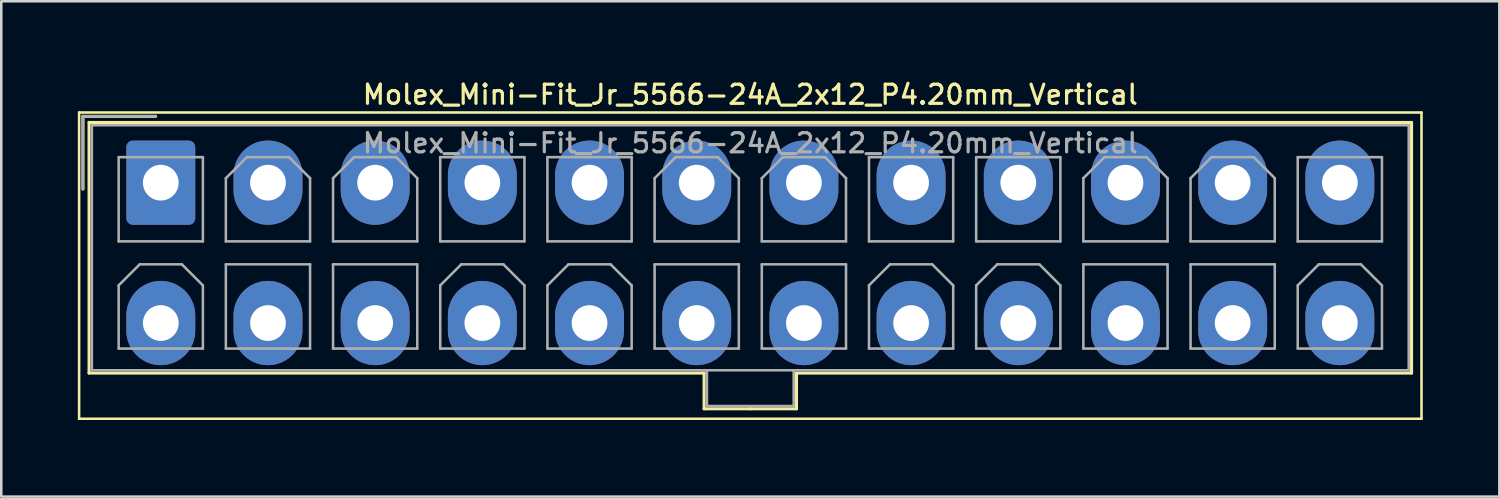
<source format=kicad_pcb>
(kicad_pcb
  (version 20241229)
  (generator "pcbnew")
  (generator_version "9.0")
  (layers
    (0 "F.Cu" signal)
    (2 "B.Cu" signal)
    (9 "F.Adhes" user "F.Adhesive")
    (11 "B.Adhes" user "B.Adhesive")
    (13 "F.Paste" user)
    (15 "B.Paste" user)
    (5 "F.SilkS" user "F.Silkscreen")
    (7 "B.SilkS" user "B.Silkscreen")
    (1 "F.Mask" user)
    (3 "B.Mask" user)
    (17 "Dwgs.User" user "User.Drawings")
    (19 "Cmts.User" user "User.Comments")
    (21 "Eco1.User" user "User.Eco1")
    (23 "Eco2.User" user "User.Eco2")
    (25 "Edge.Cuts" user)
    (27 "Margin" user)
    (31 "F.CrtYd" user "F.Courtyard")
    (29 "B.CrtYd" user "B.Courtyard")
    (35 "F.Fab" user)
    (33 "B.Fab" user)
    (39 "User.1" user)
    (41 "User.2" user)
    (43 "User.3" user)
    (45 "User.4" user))
  (footprint "Molex_Mini-Fit_Jr_5566-24A_2x12_P4.20mm_Vertical"
    (layer "F.Cu")
    (at 3.25 4.108)
    (property "Reference" "Molex_Mini-Fit_Jr_5566-24A_2x12_P4.20mm_Vertical" (at 23.1 -3.45 0) (layer "F.SilkS") (effects (font (size 0.75 0.75) (thickness 0.125))))
    (attr through_hole)
    (fp_line (start -3.2 -2.75) (end -3.2 9.25) (stroke (width 0.1) (type solid)) (layer "F.SilkS"))
    (fp_line (start -3.2 9.25) (end 49.4 9.25) (stroke (width 0.1) (type solid)) (layer "F.SilkS"))
    (fp_line (start -3.05 -2.6) (end -3.05 0.25) (stroke (width 0.12) (type solid)) (layer "F.SilkS"))
    (fp_line (start -2.81 -2.36) (end -2.81 7.46) (stroke (width 0.12) (type solid)) (layer "F.SilkS"))
    (fp_line (start -2.81 7.46) (end 21.29 7.46) (stroke (width 0.12) (type solid)) (layer "F.SilkS"))
    (fp_line (start -0.2 -2.6) (end -3.05 -2.6) (stroke (width 0.12) (type solid)) (layer "F.SilkS"))
    (fp_line (start 21.29 7.46) (end 21.29 8.86) (stroke (width 0.12) (type solid)) (layer "F.SilkS"))
    (fp_line (start 21.29 8.86) (end 23.1 8.86) (stroke (width 0.12) (type solid)) (layer "F.SilkS"))
    (fp_line (start 23.1 -2.36) (end -2.81 -2.36) (stroke (width 0.12) (type solid)) (layer "F.SilkS"))
    (fp_line (start 23.1 -2.36) (end 49.01 -2.36) (stroke (width 0.12) (type solid)) (layer "F.SilkS"))
    (fp_line (start 24.91 7.46) (end 24.91 8.86) (stroke (width 0.12) (type solid)) (layer "F.SilkS"))
    (fp_line (start 24.91 8.86) (end 23.1 8.86) (stroke (width 0.12) (type solid)) (layer "F.SilkS"))
    (fp_line (start 49.01 -2.36) (end 49.01 7.46) (stroke (width 0.12) (type solid)) (layer "F.SilkS"))
    (fp_line (start 49.01 7.46) (end 24.91 7.46) (stroke (width 0.12) (type solid)) (layer "F.SilkS"))
    (fp_line (start 49.4 -2.75) (end -3.2 -2.75) (stroke (width 0.1) (type solid)) (layer "F.SilkS"))
    (fp_line (start 49.4 9.25) (end 49.4 -2.75) (stroke (width 0.1) (type solid)) (layer "F.SilkS"))
    (fp_line (start -3.05 -2.6) (end -3.05 0.25) (stroke (width 0.1) (type solid)) (layer "F.Fab"))
    (fp_line (start -2.7 -2.25) (end -2.7 7.35) (stroke (width 0.1) (type solid)) (layer "F.Fab"))
    (fp_line (start -2.7 7.35) (end 48.9 7.35) (stroke (width 0.1) (type solid)) (layer "F.Fab"))
    (fp_line (start -1.65 -1) (end -1.65 2.3) (stroke (width 0.1) (type solid)) (layer "F.Fab"))
    (fp_line (start -1.65 2.3) (end 1.65 2.3) (stroke (width 0.1) (type solid)) (layer "F.Fab"))
    (fp_line (start -1.65 4.025) (end -0.825 3.2) (stroke (width 0.1) (type solid)) (layer "F.Fab"))
    (fp_line (start -1.65 6.5) (end -1.65 4.025) (stroke (width 0.1) (type solid)) (layer "F.Fab"))
    (fp_line (start -0.825 3.2) (end 0.825 3.2) (stroke (width 0.1) (type solid)) (layer "F.Fab"))
    (fp_line (start -0.2 -2.6) (end -3.05 -2.6) (stroke (width 0.1) (type solid)) (layer "F.Fab"))
    (fp_line (start 0.825 3.2) (end 1.65 4.025) (stroke (width 0.1) (type solid)) (layer "F.Fab"))
    (fp_line (start 1.65 -1) (end -1.65 -1) (stroke (width 0.1) (type solid)) (layer "F.Fab"))
    (fp_line (start 1.65 2.3) (end 1.65 -1) (stroke (width 0.1) (type solid)) (layer "F.Fab"))
    (fp_line (start 1.65 4.025) (end 1.65 6.5) (stroke (width 0.1) (type solid)) (layer "F.Fab"))
    (fp_line (start 1.65 6.5) (end -1.65 6.5) (stroke (width 0.1) (type solid)) (layer "F.Fab"))
    (fp_line (start 2.55 -0.175) (end 3.375 -1) (stroke (width 0.1) (type solid)) (layer "F.Fab"))
    (fp_line (start 2.55 2.3) (end 2.55 -0.175) (stroke (width 0.1) (type solid)) (layer "F.Fab"))
    (fp_line (start 2.55 3.2) (end 2.55 6.5) (stroke (width 0.1) (type solid)) (layer "F.Fab"))
    (fp_line (start 2.55 6.5) (end 5.85 6.5) (stroke (width 0.1) (type solid)) (layer "F.Fab"))
    (fp_line (start 3.375 -1) (end 5.025 -1) (stroke (width 0.1) (type solid)) (layer "F.Fab"))
    (fp_line (start 5.025 -1) (end 5.85 -0.175) (stroke (width 0.1) (type solid)) (layer "F.Fab"))
    (fp_line (start 5.85 -0.175) (end 5.85 2.3) (stroke (width 0.1) (type solid)) (layer "F.Fab"))
    (fp_line (start 5.85 2.3) (end 2.55 2.3) (stroke (width 0.1) (type solid)) (layer "F.Fab"))
    (fp_line (start 5.85 3.2) (end 2.55 3.2) (stroke (width 0.1) (type solid)) (layer "F.Fab"))
    (fp_line (start 5.85 6.5) (end 5.85 3.2) (stroke (width 0.1) (type solid)) (layer "F.Fab"))
    (fp_line (start 6.75 -0.175) (end 7.575 -1) (stroke (width 0.1) (type solid)) (layer "F.Fab"))
    (fp_line (start 6.75 2.3) (end 6.75 -0.175) (stroke (width 0.1) (type solid)) (layer "F.Fab"))
    (fp_line (start 6.75 3.2) (end 6.75 6.5) (stroke (width 0.1) (type solid)) (layer "F.Fab"))
    (fp_line (start 6.75 6.5) (end 10.05 6.5) (stroke (width 0.1) (type solid)) (layer "F.Fab"))
    (fp_line (start 7.575 -1) (end 9.225 -1) (stroke (width 0.1) (type solid)) (layer "F.Fab"))
    (fp_line (start 9.225 -1) (end 10.05 -0.175) (stroke (width 0.1) (type solid)) (layer "F.Fab"))
    (fp_line (start 10.05 -0.175) (end 10.05 2.3) (stroke (width 0.1) (type solid)) (layer "F.Fab"))
    (fp_line (start 10.05 2.3) (end 6.75 2.3) (stroke (width 0.1) (type solid)) (layer "F.Fab"))
    (fp_line (start 10.05 3.2) (end 6.75 3.2) (stroke (width 0.1) (type solid)) (layer "F.Fab"))
    (fp_line (start 10.05 6.5) (end 10.05 3.2) (stroke (width 0.1) (type solid)) (layer "F.Fab"))
    (fp_line (start 10.95 -1) (end 10.95 2.3) (stroke (width 0.1) (type solid)) (layer "F.Fab"))
    (fp_line (start 10.95 2.3) (end 14.25 2.3) (stroke (width 0.1) (type solid)) (layer "F.Fab"))
    (fp_line (start 10.95 4.025) (end 11.775 3.2) (stroke (width 0.1) (type solid)) (layer "F.Fab"))
    (fp_line (start 10.95 6.5) (end 10.95 4.025) (stroke (width 0.1) (type solid)) (layer "F.Fab"))
    (fp_line (start 11.775 3.2) (end 13.425 3.2) (stroke (width 0.1) (type solid)) (layer "F.Fab"))
    (fp_line (start 13.425 3.2) (end 14.25 4.025) (stroke (width 0.1) (type solid)) (layer "F.Fab"))
    (fp_line (start 14.25 -1) (end 10.95 -1) (stroke (width 0.1) (type solid)) (layer "F.Fab"))
    (fp_line (start 14.25 2.3) (end 14.25 -1) (stroke (width 0.1) (type solid)) (layer "F.Fab"))
    (fp_line (start 14.25 4.025) (end 14.25 6.5) (stroke (width 0.1) (type solid)) (layer "F.Fab"))
    (fp_line (start 14.25 6.5) (end 10.95 6.5) (stroke (width 0.1) (type solid)) (layer "F.Fab"))
    (fp_line (start 15.15 -1) (end 15.15 2.3) (stroke (width 0.1) (type solid)) (layer "F.Fab"))
    (fp_line (start 15.15 2.3) (end 18.45 2.3) (stroke (width 0.1) (type solid)) (layer "F.Fab"))
    (fp_line (start 15.15 4.025) (end 15.975 3.2) (stroke (width 0.1) (type solid)) (layer "F.Fab"))
    (fp_line (start 15.15 6.5) (end 15.15 4.025) (stroke (width 0.1) (type solid)) (layer "F.Fab"))
    (fp_line (start 15.975 3.2) (end 17.625 3.2) (stroke (width 0.1) (type solid)) (layer "F.Fab"))
    (fp_line (start 17.625 3.2) (end 18.45 4.025) (stroke (width 0.1) (type solid)) (layer "F.Fab"))
    (fp_line (start 18.45 -1) (end 15.15 -1) (stroke (width 0.1) (type solid)) (layer "F.Fab"))
    (fp_line (start 18.45 2.3) (end 18.45 -1) (stroke (width 0.1) (type solid)) (layer "F.Fab"))
    (fp_line (start 18.45 4.025) (end 18.45 6.5) (stroke (width 0.1) (type solid)) (layer "F.Fab"))
    (fp_line (start 18.45 6.5) (end 15.15 6.5) (stroke (width 0.1) (type solid)) (layer "F.Fab"))
    (fp_line (start 19.35 -0.175) (end 20.175 -1) (stroke (width 0.1) (type solid)) (layer "F.Fab"))
    (fp_line (start 19.35 2.3) (end 19.35 -0.175) (stroke (width 0.1) (type solid)) (layer "F.Fab"))
    (fp_line (start 19.35 3.2) (end 19.35 6.5) (stroke (width 0.1) (type solid)) (layer "F.Fab"))
    (fp_line (start 19.35 6.5) (end 22.65 6.5) (stroke (width 0.1) (type solid)) (layer "F.Fab"))
    (fp_line (start 20.175 -1) (end 21.825 -1) (stroke (width 0.1) (type solid)) (layer "F.Fab"))
    (fp_line (start 21.4 7.35) (end 21.4 8.75) (stroke (width 0.1) (type solid)) (layer "F.Fab"))
    (fp_line (start 21.4 8.75) (end 24.8 8.75) (stroke (width 0.1) (type solid)) (layer "F.Fab"))
    (fp_line (start 21.825 -1) (end 22.65 -0.175) (stroke (width 0.1) (type solid)) (layer "F.Fab"))
    (fp_line (start 22.65 -0.175) (end 22.65 2.3) (stroke (width 0.1) (type solid)) (layer "F.Fab"))
    (fp_line (start 22.65 2.3) (end 19.35 2.3) (stroke (width 0.1) (type solid)) (layer "F.Fab"))
    (fp_line (start 22.65 3.2) (end 19.35 3.2) (stroke (width 0.1) (type solid)) (layer "F.Fab"))
    (fp_line (start 22.65 6.5) (end 22.65 3.2) (stroke (width 0.1) (type solid)) (layer "F.Fab"))
    (fp_line (start 23.55 -0.175) (end 24.375 -1) (stroke (width 0.1) (type solid)) (layer "F.Fab"))
    (fp_line (start 23.55 2.3) (end 23.55 -0.175) (stroke (width 0.1) (type solid)) (layer "F.Fab"))
    (fp_line (start 23.55 3.2) (end 23.55 6.5) (stroke (width 0.1) (type solid)) (layer "F.Fab"))
    (fp_line (start 23.55 6.5) (end 26.85 6.5) (stroke (width 0.1) (type solid)) (layer "F.Fab"))
    (fp_line (start 24.375 -1) (end 26.025 -1) (stroke (width 0.1) (type solid)) (layer "F.Fab"))
    (fp_line (start 24.8 8.75) (end 24.8 7.35) (stroke (width 0.1) (type solid)) (layer "F.Fab"))
    (fp_line (start 26.025 -1) (end 26.85 -0.175) (stroke (width 0.1) (type solid)) (layer "F.Fab"))
    (fp_line (start 26.85 -0.175) (end 26.85 2.3) (stroke (width 0.1) (type solid)) (layer "F.Fab"))
    (fp_line (start 26.85 2.3) (end 23.55 2.3) (stroke (width 0.1) (type solid)) (layer "F.Fab"))
    (fp_line (start 26.85 3.2) (end 23.55 3.2) (stroke (width 0.1) (type solid)) (layer "F.Fab"))
    (fp_line (start 26.85 6.5) (end 26.85 3.2) (stroke (width 0.1) (type solid)) (layer "F.Fab"))
    (fp_line (start 27.75 -1) (end 27.75 2.3) (stroke (width 0.1) (type solid)) (layer "F.Fab"))
    (fp_line (start 27.75 2.3) (end 31.05 2.3) (stroke (width 0.1) (type solid)) (layer "F.Fab"))
    (fp_line (start 27.75 4.025) (end 28.575 3.2) (stroke (width 0.1) (type solid)) (layer "F.Fab"))
    (fp_line (start 27.75 6.5) (end 27.75 4.025) (stroke (width 0.1) (type solid)) (layer "F.Fab"))
    (fp_line (start 28.575 3.2) (end 30.225 3.2) (stroke (width 0.1) (type solid)) (layer "F.Fab"))
    (fp_line (start 30.225 3.2) (end 31.05 4.025) (stroke (width 0.1) (type solid)) (layer "F.Fab"))
    (fp_line (start 31.05 -1) (end 27.75 -1) (stroke (width 0.1) (type solid)) (layer "F.Fab"))
    (fp_line (start 31.05 2.3) (end 31.05 -1) (stroke (width 0.1) (type solid)) (layer "F.Fab"))
    (fp_line (start 31.05 4.025) (end 31.05 6.5) (stroke (width 0.1) (type solid)) (layer "F.Fab"))
    (fp_line (start 31.05 6.5) (end 27.75 6.5) (stroke (width 0.1) (type solid)) (layer "F.Fab"))
    (fp_line (start 31.95 -1) (end 31.95 2.3) (stroke (width 0.1) (type solid)) (layer "F.Fab"))
    (fp_line (start 31.95 2.3) (end 35.25 2.3) (stroke (width 0.1) (type solid)) (layer "F.Fab"))
    (fp_line (start 31.95 4.025) (end 32.775 3.2) (stroke (width 0.1) (type solid)) (layer "F.Fab"))
    (fp_line (start 31.95 6.5) (end 31.95 4.025) (stroke (width 0.1) (type solid)) (layer "F.Fab"))
    (fp_line (start 32.775 3.2) (end 34.425 3.2) (stroke (width 0.1) (type solid)) (layer "F.Fab"))
    (fp_line (start 34.425 3.2) (end 35.25 4.025) (stroke (width 0.1) (type solid)) (layer "F.Fab"))
    (fp_line (start 35.25 -1) (end 31.95 -1) (stroke (width 0.1) (type solid)) (layer "F.Fab"))
    (fp_line (start 35.25 2.3) (end 35.25 -1) (stroke (width 0.1) (type solid)) (layer "F.Fab"))
    (fp_line (start 35.25 4.025) (end 35.25 6.5) (stroke (width 0.1) (type solid)) (layer "F.Fab"))
    (fp_line (start 35.25 6.5) (end 31.95 6.5) (stroke (width 0.1) (type solid)) (layer "F.Fab"))
    (fp_line (start 36.15 -0.175) (end 36.975 -1) (stroke (width 0.1) (type solid)) (layer "F.Fab"))
    (fp_line (start 36.15 2.3) (end 36.15 -0.175) (stroke (width 0.1) (type solid)) (layer "F.Fab"))
    (fp_line (start 36.15 3.2) (end 36.15 6.5) (stroke (width 0.1) (type solid)) (layer "F.Fab"))
    (fp_line (start 36.15 6.5) (end 39.45 6.5) (stroke (width 0.1) (type solid)) (layer "F.Fab"))
    (fp_line (start 36.975 -1) (end 38.625 -1) (stroke (width 0.1) (type solid)) (layer "F.Fab"))
    (fp_line (start 38.625 -1) (end 39.45 -0.175) (stroke (width 0.1) (type solid)) (layer "F.Fab"))
    (fp_line (start 39.45 -0.175) (end 39.45 2.3) (stroke (width 0.1) (type solid)) (layer "F.Fab"))
    (fp_line (start 39.45 2.3) (end 36.15 2.3) (stroke (width 0.1) (type solid)) (layer "F.Fab"))
    (fp_line (start 39.45 3.2) (end 36.15 3.2) (stroke (width 0.1) (type solid)) (layer "F.Fab"))
    (fp_line (start 39.45 6.5) (end 39.45 3.2) (stroke (width 0.1) (type solid)) (layer "F.Fab"))
    (fp_line (start 40.35 -0.175) (end 41.175 -1) (stroke (width 0.1) (type solid)) (layer "F.Fab"))
    (fp_line (start 40.35 2.3) (end 40.35 -0.175) (stroke (width 0.1) (type solid)) (layer "F.Fab"))
    (fp_line (start 40.35 3.2) (end 40.35 6.5) (stroke (width 0.1) (type solid)) (layer "F.Fab"))
    (fp_line (start 40.35 6.5) (end 43.65 6.5) (stroke (width 0.1) (type solid)) (layer "F.Fab"))
    (fp_line (start 41.175 -1) (end 42.825 -1) (stroke (width 0.1) (type solid)) (layer "F.Fab"))
    (fp_line (start 42.825 -1) (end 43.65 -0.175) (stroke (width 0.1) (type solid)) (layer "F.Fab"))
    (fp_line (start 43.65 -0.175) (end 43.65 2.3) (stroke (width 0.1) (type solid)) (layer "F.Fab"))
    (fp_line (start 43.65 2.3) (end 40.35 2.3) (stroke (width 0.1) (type solid)) (layer "F.Fab"))
    (fp_line (start 43.65 3.2) (end 40.35 3.2) (stroke (width 0.1) (type solid)) (layer "F.Fab"))
    (fp_line (start 43.65 6.5) (end 43.65 3.2) (stroke (width 0.1) (type solid)) (layer "F.Fab"))
    (fp_line (start 44.55 -1) (end 44.55 2.3) (stroke (width 0.1) (type solid)) (layer "F.Fab"))
    (fp_line (start 44.55 2.3) (end 47.85 2.3) (stroke (width 0.1) (type solid)) (layer "F.Fab"))
    (fp_line (start 44.55 4.025) (end 45.375 3.2) (stroke (width 0.1) (type solid)) (layer "F.Fab"))
    (fp_line (start 44.55 6.5) (end 44.55 4.025) (stroke (width 0.1) (type solid)) (layer "F.Fab"))
    (fp_line (start 45.375 3.2) (end 47.025 3.2) (stroke (width 0.1) (type solid)) (layer "F.Fab"))
    (fp_line (start 47.025 3.2) (end 47.85 4.025) (stroke (width 0.1) (type solid)) (layer "F.Fab"))
    (fp_line (start 47.85 -1) (end 44.55 -1) (stroke (width 0.1) (type solid)) (layer "F.Fab"))
    (fp_line (start 47.85 2.3) (end 47.85 -1) (stroke (width 0.1) (type solid)) (layer "F.Fab"))
    (fp_line (start 47.85 4.025) (end 47.85 6.5) (stroke (width 0.1) (type solid)) (layer "F.Fab"))
    (fp_line (start 47.85 6.5) (end 44.55 6.5) (stroke (width 0.1) (type solid)) (layer "F.Fab"))
    (fp_line (start 48.9 -2.25) (end -2.7 -2.25) (stroke (width 0.1) (type solid)) (layer "F.Fab"))
    (fp_line (start 48.9 7.35) (end 48.9 -2.25) (stroke (width 0.1) (type solid)) (layer "F.Fab"))
    (fp_text user "${REFERENCE}" (at 23.1 -1.55 0) (layer "F.Fab") (effects (font (size 0.75 0.75) (thickness 0.125))))
    (pad "1" thru_hole roundrect (at 0 0) (size 2.7 3.3) (drill 1.4) (layers "*.Cu" "*.Mask") (roundrect_rratio 0.093))
    (pad "2" thru_hole oval (at 4.2 0) (size 2.7 3.3) (drill 1.4) (layers "*.Cu" "*.Mask"))
    (pad "3" thru_hole oval (at 8.4 0) (size 2.7 3.3) (drill 1.4) (layers "*.Cu" "*.Mask"))
    (pad "4" thru_hole oval (at 12.6 0) (size 2.7 3.3) (drill 1.4) (layers "*.Cu" "*.Mask"))
    (pad "5" thru_hole oval (at 16.8 0) (size 2.7 3.3) (drill 1.4) (layers "*.Cu" "*.Mask"))
    (pad "6" thru_hole oval (at 21 0) (size 2.7 3.3) (drill 1.4) (layers "*.Cu" "*.Mask"))
    (pad "7" thru_hole oval (at 25.2 0) (size 2.7 3.3) (drill 1.4) (layers "*.Cu" "*.Mask"))
    (pad "8" thru_hole oval (at 29.4 0) (size 2.7 3.3) (drill 1.4) (layers "*.Cu" "*.Mask"))
    (pad "9" thru_hole oval (at 33.6 0) (size 2.7 3.3) (drill 1.4) (layers "*.Cu" "*.Mask"))
    (pad "10" thru_hole oval (at 37.8 0) (size 2.7 3.3) (drill 1.4) (layers "*.Cu" "*.Mask"))
    (pad "11" thru_hole oval (at 42 0) (size 2.7 3.3) (drill 1.4) (layers "*.Cu" "*.Mask"))
    (pad "12" thru_hole oval (at 46.2 0) (size 2.7 3.3) (drill 1.4) (layers "*.Cu" "*.Mask"))
    (pad "13" thru_hole oval (at 0 5.5) (size 2.7 3.3) (drill 1.4) (layers "*.Cu" "*.Mask"))
    (pad "14" thru_hole oval (at 4.2 5.5) (size 2.7 3.3) (drill 1.4) (layers "*.Cu" "*.Mask"))
    (pad "15" thru_hole oval (at 8.4 5.5) (size 2.7 3.3) (drill 1.4) (layers "*.Cu" "*.Mask"))
    (pad "16" thru_hole oval (at 12.6 5.5) (size 2.7 3.3) (drill 1.4) (layers "*.Cu" "*.Mask"))
    (pad "17" thru_hole oval (at 16.8 5.5) (size 2.7 3.3) (drill 1.4) (layers "*.Cu" "*.Mask"))
    (pad "18" thru_hole oval (at 21 5.5) (size 2.7 3.3) (drill 1.4) (layers "*.Cu" "*.Mask"))
    (pad "19" thru_hole oval (at 25.2 5.5) (size 2.7 3.3) (drill 1.4) (layers "*.Cu" "*.Mask"))
    (pad "20" thru_hole oval (at 29.4 5.5) (size 2.7 3.3) (drill 1.4) (layers "*.Cu" "*.Mask"))
    (pad "21" thru_hole oval (at 33.6 5.5) (size 2.7 3.3) (drill 1.4) (layers "*.Cu" "*.Mask"))
    (pad "22" thru_hole oval (at 37.8 5.5) (size 2.7 3.3) (drill 1.4) (layers "*.Cu" "*.Mask"))
    (pad "23" thru_hole oval (at 42 5.5) (size 2.7 3.3) (drill 1.4) (layers "*.Cu" "*.Mask"))
    (pad "24" thru_hole oval (at 46.2 5.5) (size 2.7 3.3) (drill 1.4) (layers "*.Cu" "*.Mask")))
  (gr_rect
    (start -3 -3)
    (end 55.7 16.408)
    (stroke (width 0.1) (type default))
    (fill no)
    (layer "Edge.Cuts")))
</source>
